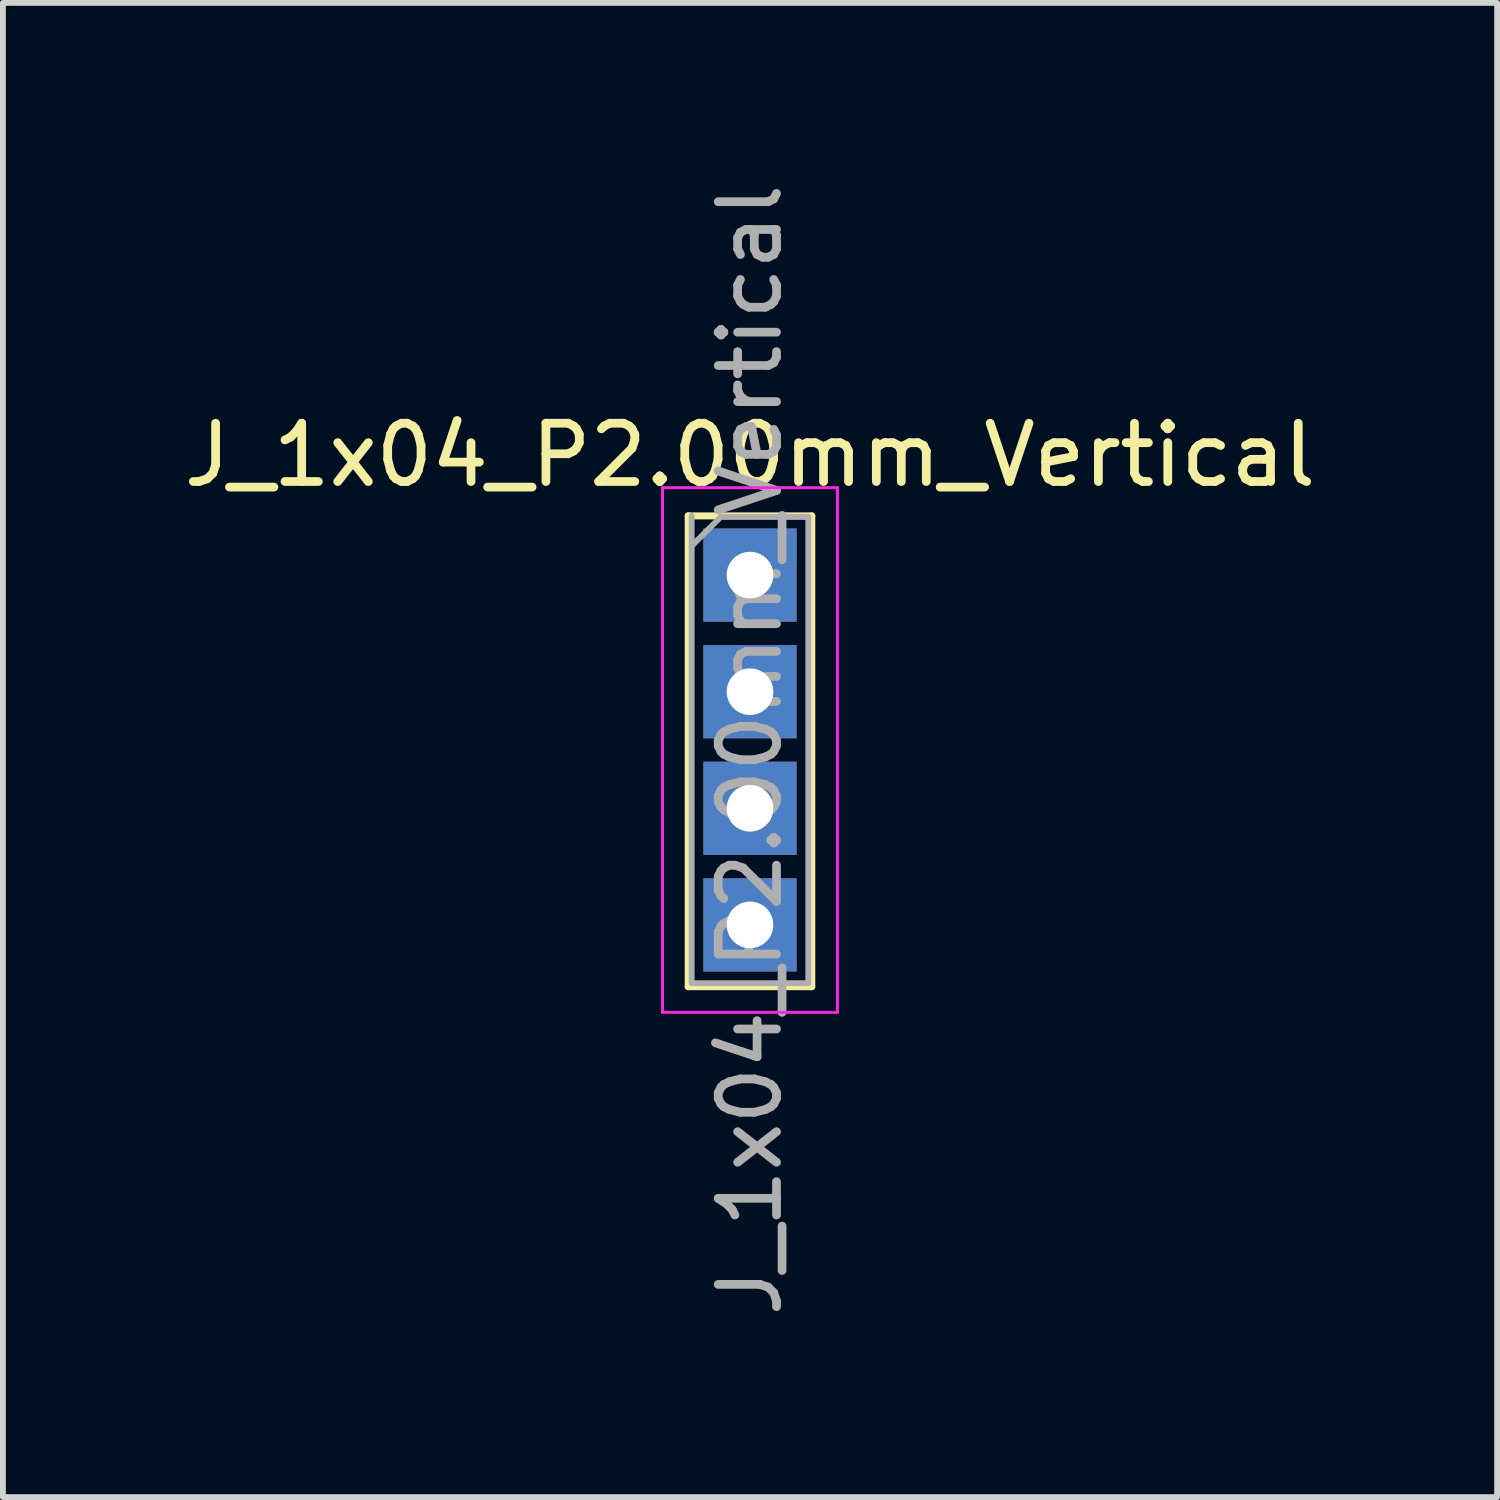
<source format=kicad_pcb>
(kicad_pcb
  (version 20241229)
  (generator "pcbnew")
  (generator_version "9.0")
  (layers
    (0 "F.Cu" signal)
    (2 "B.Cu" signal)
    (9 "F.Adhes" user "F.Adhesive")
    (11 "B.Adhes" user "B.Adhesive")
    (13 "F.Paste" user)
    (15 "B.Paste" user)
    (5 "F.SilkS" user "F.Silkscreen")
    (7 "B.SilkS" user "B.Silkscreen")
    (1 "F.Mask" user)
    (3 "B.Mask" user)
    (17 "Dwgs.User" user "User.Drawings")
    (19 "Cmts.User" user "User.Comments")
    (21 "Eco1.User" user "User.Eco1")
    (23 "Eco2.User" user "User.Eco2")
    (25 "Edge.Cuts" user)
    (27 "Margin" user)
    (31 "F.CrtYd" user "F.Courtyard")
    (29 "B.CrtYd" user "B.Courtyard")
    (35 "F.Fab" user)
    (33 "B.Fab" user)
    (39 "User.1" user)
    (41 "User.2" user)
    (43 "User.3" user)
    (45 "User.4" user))
  (footprint "J_1x04_P2.00mm_Vertical"
    (layer "F.Cu")
    (at 9.815 6.815)
    (property "Reference" "J_1x04_P2.00mm_Vertical" (at 0 -2.06 0) (layer "F.SilkS") (effects (font (size 1 1) (thickness 0.15))))
    (attr through_hole)
    (fp_line (start -1.06 -1.016) (end -1.06 7.06) (stroke (width 0.12) (type solid)) (layer "F.SilkS"))
    (fp_line (start -1.06 -1.016) (end 1.06 -1.016) (stroke (width 0.12) (type solid)) (layer "F.SilkS"))
    (fp_line (start -1.06 7.06) (end 1.06 7.06) (stroke (width 0.12) (type solid)) (layer "F.SilkS"))
    (fp_line (start 1.06 -1.016) (end 1.06 7.06) (stroke (width 0.12) (type solid)) (layer "F.SilkS"))
    (fp_line (start -1.5 -1.5) (end -1.5 7.5) (stroke (width 0.05) (type solid)) (layer "F.CrtYd"))
    (fp_line (start -1.5 7.5) (end 1.5 7.5) (stroke (width 0.05) (type solid)) (layer "F.CrtYd"))
    (fp_line (start 1.5 -1.5) (end -1.5 -1.5) (stroke (width 0.05) (type solid)) (layer "F.CrtYd"))
    (fp_line (start 1.5 7.5) (end 1.5 -1.5) (stroke (width 0.05) (type solid)) (layer "F.CrtYd"))
    (fp_line (start -1 -0.5) (end -0.5 -1) (stroke (width 0.1) (type solid)) (layer "F.Fab"))
    (fp_line (start -1 7) (end -1 -1.016) (stroke (width 0.1) (type solid)) (layer "F.Fab"))
    (fp_line (start -0.5 -1) (end 1 -1) (stroke (width 0.1) (type solid)) (layer "F.Fab"))
    (fp_line (start 1 -1) (end 1 7) (stroke (width 0.1) (type solid)) (layer "F.Fab"))
    (fp_line (start 1 7) (end -1 7) (stroke (width 0.1) (type solid)) (layer "F.Fab"))
    (fp_text user "${REFERENCE}" (at 0 3 90) (layer "F.Fab") (effects (font (size 1 1) (thickness 0.15))))
    (pad "1" thru_hole rect (at 0 0) (size 1.6 1.6) (drill 0.8) (layers "*.Cu" "*.Mask"))
    (pad "2" thru_hole rect (at 0 2) (size 1.6 1.6) (drill 0.8) (layers "*.Cu" "*.Mask"))
    (pad "3" thru_hole rect (at 0 4) (size 1.6 1.6) (drill 0.8) (layers "*.Cu" "*.Mask"))
    (pad "4" thru_hole rect (at 0 6) (size 1.6 1.6) (drill 0.8) (layers "*.Cu" "*.Mask")))
  (gr_rect
    (start -3 -3)
    (end 22.631 22.631)
    (stroke (width 0.1) (type default))
    (fill no)
    (layer "Edge.Cuts")))
</source>
